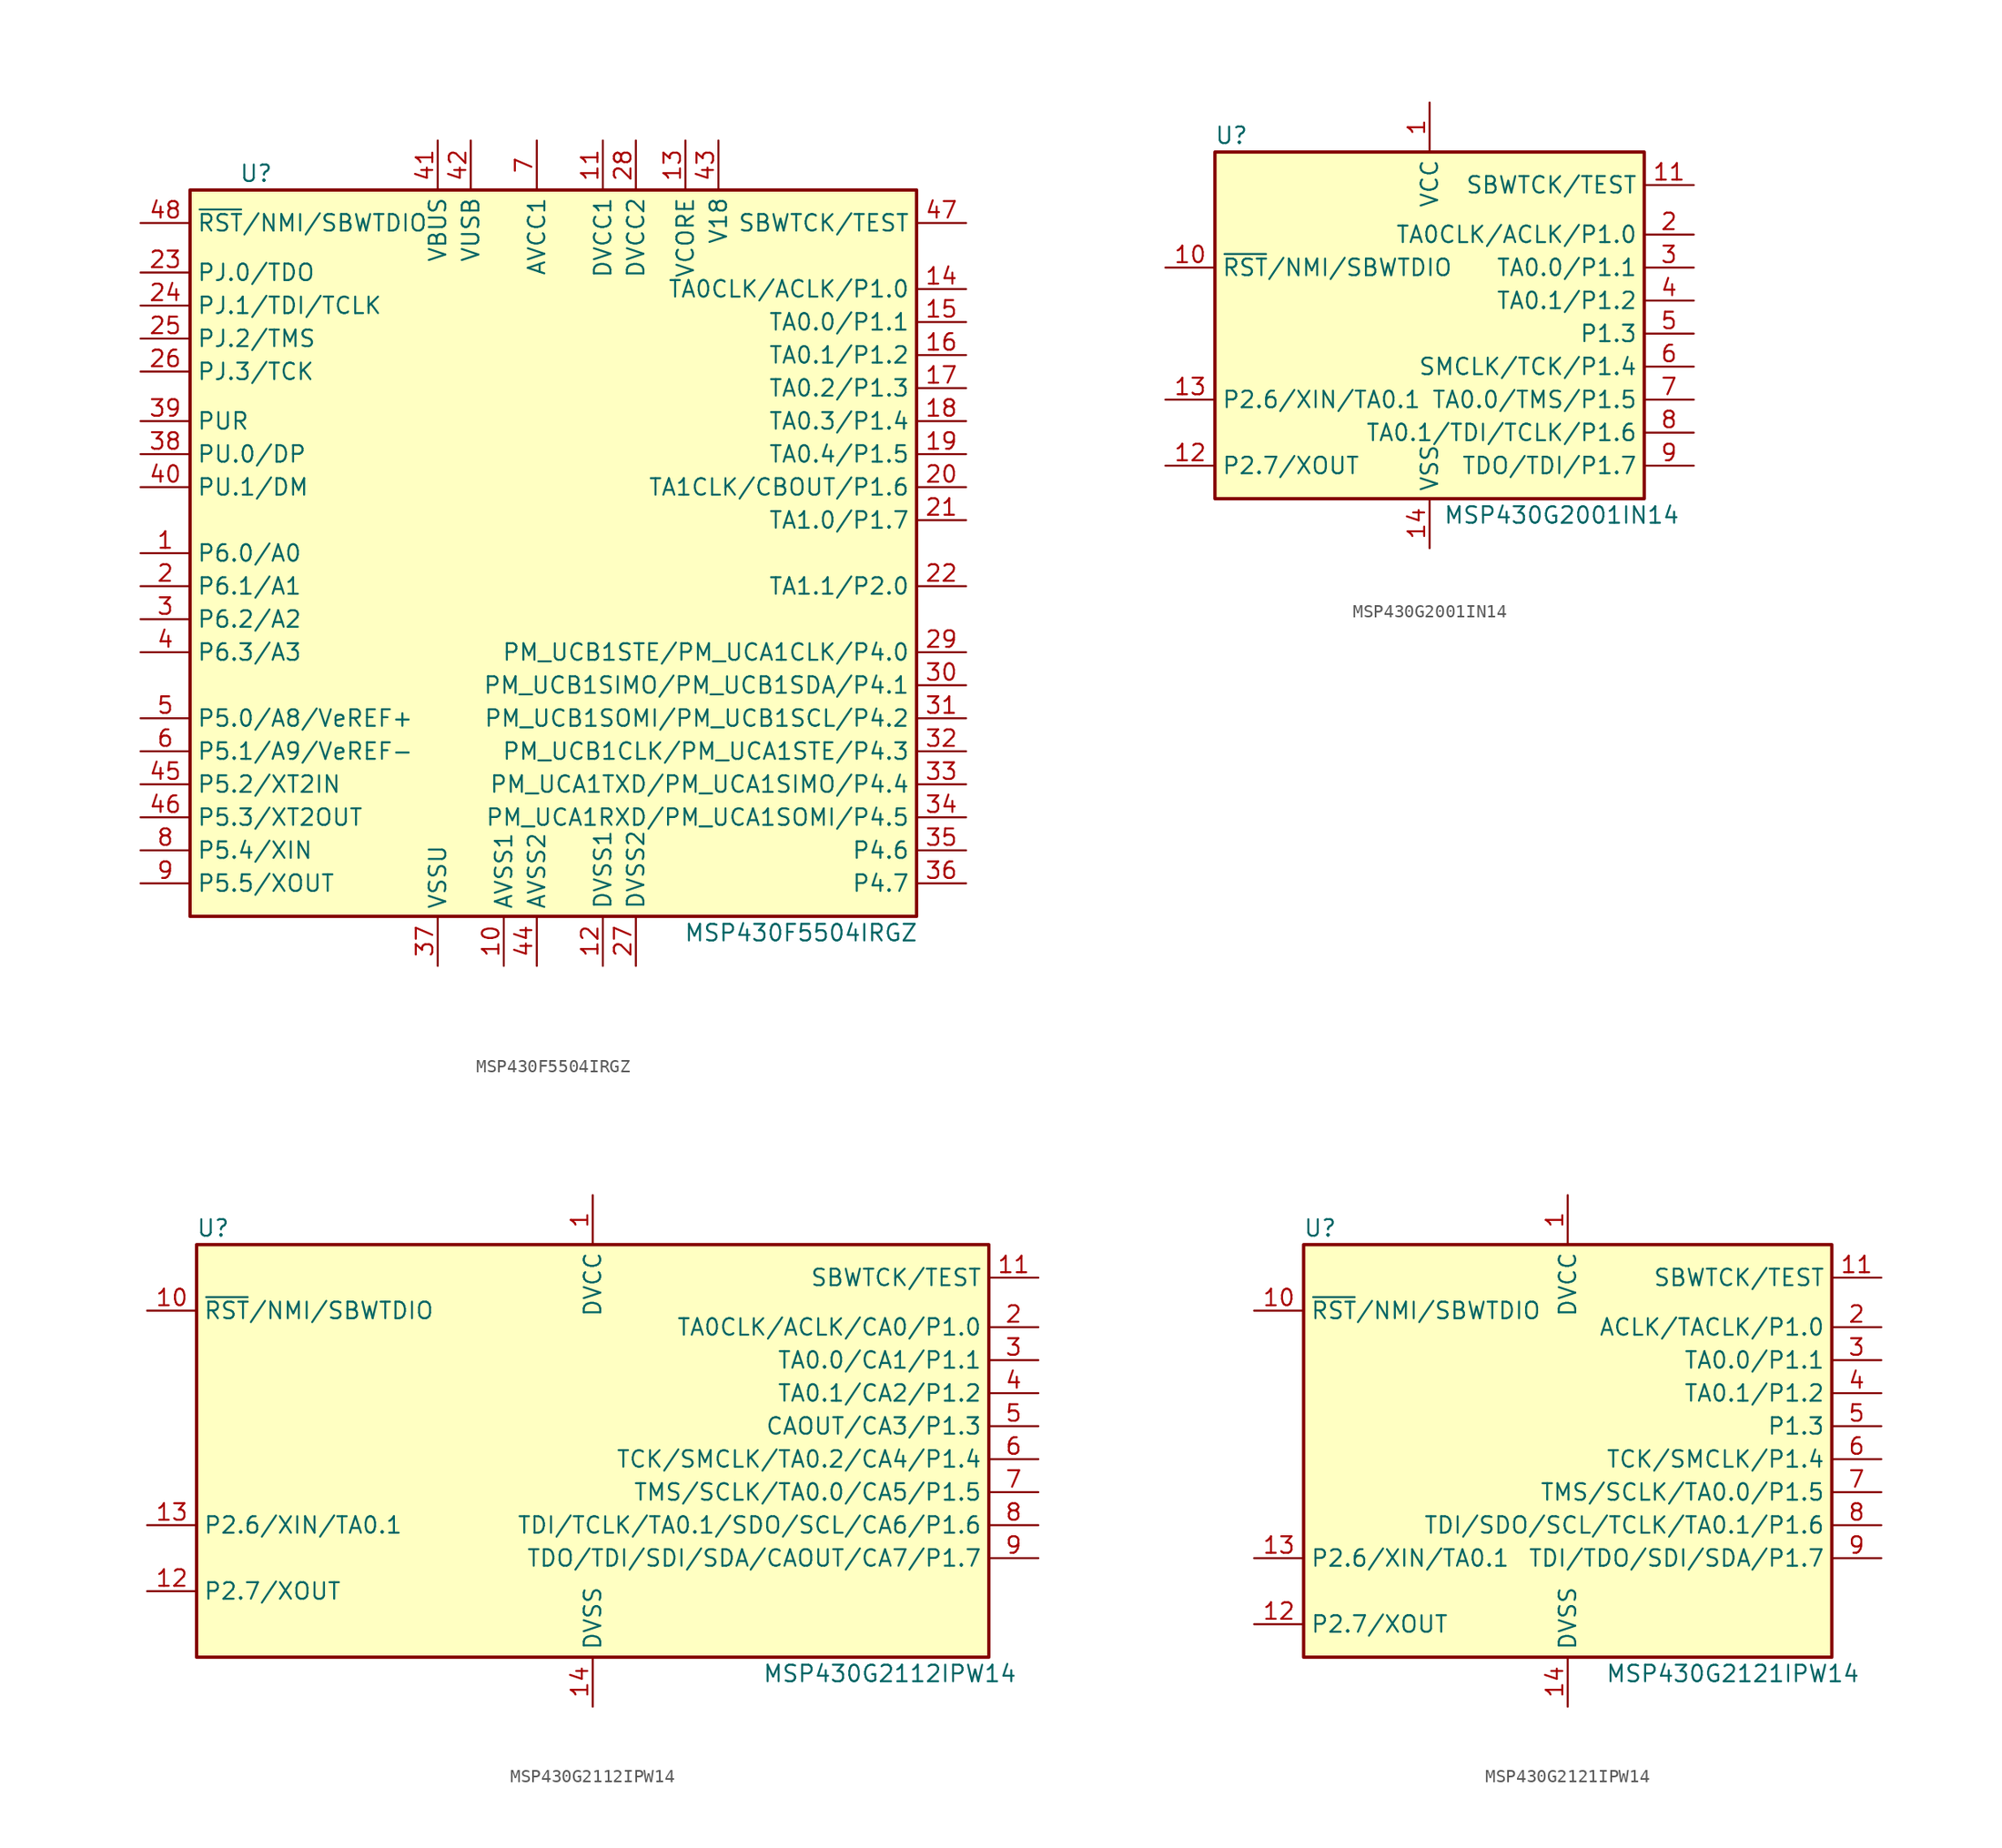
<source format=kicad_sym>
(kicad_symbol_lib
  (version 20231120)
  (generator "kicad_symbol_editor")
  (generator_version "8.0")
  (symbol "MSP430F5504IRGZ"
    (property "Reference" "U"
      (at -21.59 29.21 0)
      (effects (font (size 1.27 1.27))))
    (property "Value" "MSP430F5504IRGZ"
      (at 20.32 -29.21 0)
      (effects (font (size 1.27 1.27))))
    (symbol "MSP430F5504IRGZ_0_1"
      (rectangle (start -26.67 27.94) (end 29.21 -27.94) (stroke (width 0.254) (type default)) (fill (type background))))
    (symbol "MSP430F5504IRGZ_1_1"
      (pin bidirectional line (at -30.48 0 0) (length 3.81) (name "P6.0/A0" (effects (font (size 1.27 1.27)))) (number "1" (effects (font (size 1.27 1.27)))))
      (pin power_in line (at -2.54 -31.75 90) (length 3.81) (name "AVSS1" (effects (font (size 1.27 1.27)))) (number "10" (effects (font (size 1.27 1.27)))))
      (pin power_in line (at 5.08 31.75 270) (length 3.81) (name "DVCC1" (effects (font (size 1.27 1.27)))) (number "11" (effects (font (size 1.27 1.27)))))
      (pin power_in line (at 5.08 -31.75 90) (length 3.81) (name "DVSS1" (effects (font (size 1.27 1.27)))) (number "12" (effects (font (size 1.27 1.27)))))
      (pin passive line (at 11.43 31.75 270) (length 3.81) (name "VCORE" (effects (font (size 1.27 1.27)))) (number "13" (effects (font (size 1.27 1.27)))))
      (pin bidirectional line (at 33.02 20.32 180) (length 3.81) (name "TA0CLK/ACLK/P1.0" (effects (font (size 1.27 1.27)))) (number "14" (effects (font (size 1.27 1.27)))))
      (pin bidirectional line (at 33.02 17.78 180) (length 3.81) (name "TA0.0/P1.1" (effects (font (size 1.27 1.27)))) (number "15" (effects (font (size 1.27 1.27)))))
      (pin bidirectional line (at 33.02 15.24 180) (length 3.81) (name "TA0.1/P1.2" (effects (font (size 1.27 1.27)))) (number "16" (effects (font (size 1.27 1.27)))))
      (pin bidirectional line (at 33.02 12.7 180) (length 3.81) (name "TA0.2/P1.3" (effects (font (size 1.27 1.27)))) (number "17" (effects (font (size 1.27 1.27)))))
      (pin bidirectional line (at 33.02 10.16 180) (length 3.81) (name "TA0.3/P1.4" (effects (font (size 1.27 1.27)))) (number "18" (effects (font (size 1.27 1.27)))))
      (pin bidirectional line (at 33.02 7.62 180) (length 3.81) (name "TA0.4/P1.5" (effects (font (size 1.27 1.27)))) (number "19" (effects (font (size 1.27 1.27)))))
      (pin bidirectional line (at -30.48 -2.54 0) (length 3.81) (name "P6.1/A1" (effects (font (size 1.27 1.27)))) (number "2" (effects (font (size 1.27 1.27)))))
      (pin bidirectional line (at 33.02 5.08 180) (length 3.81) (name "TA1CLK/CBOUT/P1.6" (effects (font (size 1.27 1.27)))) (number "20" (effects (font (size 1.27 1.27)))))
      (pin bidirectional line (at 33.02 2.54 180) (length 3.81) (name "TA1.0/P1.7" (effects (font (size 1.27 1.27)))) (number "21" (effects (font (size 1.27 1.27)))))
      (pin bidirectional line (at 33.02 -2.54 180) (length 3.81) (name "TA1.1/P2.0" (effects (font (size 1.27 1.27)))) (number "22" (effects (font (size 1.27 1.27)))))
      (pin bidirectional line (at -30.48 21.59 0) (length 3.81) (name "PJ.0/TDO" (effects (font (size 1.27 1.27)))) (number "23" (effects (font (size 1.27 1.27)))))
      (pin bidirectional line (at -30.48 19.05 0) (length 3.81) (name "PJ.1/TDI/TCLK" (effects (font (size 1.27 1.27)))) (number "24" (effects (font (size 1.27 1.27)))))
      (pin bidirectional line (at -30.48 16.51 0) (length 3.81) (name "PJ.2/TMS" (effects (font (size 1.27 1.27)))) (number "25" (effects (font (size 1.27 1.27)))))
      (pin bidirectional line (at -30.48 13.97 0) (length 3.81) (name "PJ.3/TCK" (effects (font (size 1.27 1.27)))) (number "26" (effects (font (size 1.27 1.27)))))
      (pin power_in line (at 7.62 -31.75 90) (length 3.81) (name "DVSS2" (effects (font (size 1.27 1.27)))) (number "27" (effects (font (size 1.27 1.27)))))
      (pin power_in line (at 7.62 31.75 270) (length 3.81) (name "DVCC2" (effects (font (size 1.27 1.27)))) (number "28" (effects (font (size 1.27 1.27)))))
      (pin bidirectional line (at 33.02 -7.62 180) (length 3.81) (name "PM_UCB1STE/PM_UCA1CLK/P4.0" (effects (font (size 1.27 1.27)))) (number "29" (effects (font (size 1.27 1.27)))))
      (pin bidirectional line (at -30.48 -5.08 0) (length 3.81) (name "P6.2/A2" (effects (font (size 1.27 1.27)))) (number "3" (effects (font (size 1.27 1.27)))))
      (pin bidirectional line (at 33.02 -10.16 180) (length 3.81) (name "PM_UCB1SIMO/PM_UCB1SDA/P4.1" (effects (font (size 1.27 1.27)))) (number "30" (effects (font (size 1.27 1.27)))))
      (pin bidirectional line (at 33.02 -12.7 180) (length 3.81) (name "PM_UCB1SOMI/PM_UCB1SCL/P4.2" (effects (font (size 1.27 1.27)))) (number "31" (effects (font (size 1.27 1.27)))))
      (pin bidirectional line (at 33.02 -15.24 180) (length 3.81) (name "PM_UCB1CLK/PM_UCA1STE/P4.3" (effects (font (size 1.27 1.27)))) (number "32" (effects (font (size 1.27 1.27)))))
      (pin bidirectional line (at 33.02 -17.78 180) (length 3.81) (name "PM_UCA1TXD/PM_UCA1SIMO/P4.4" (effects (font (size 1.27 1.27)))) (number "33" (effects (font (size 1.27 1.27)))))
      (pin bidirectional line (at 33.02 -20.32 180) (length 3.81) (name "PM_UCA1RXD/PM_UCA1SOMI/P4.5" (effects (font (size 1.27 1.27)))) (number "34" (effects (font (size 1.27 1.27)))))
      (pin bidirectional line (at 33.02 -22.86 180) (length 3.81) (name "P4.6" (effects (font (size 1.27 1.27)))) (number "35" (effects (font (size 1.27 1.27)))))
      (pin bidirectional line (at 33.02 -25.4 180) (length 3.81) (name "P4.7" (effects (font (size 1.27 1.27)))) (number "36" (effects (font (size 1.27 1.27)))))
      (pin power_in line (at -7.62 -31.75 90) (length 3.81) (name "VSSU" (effects (font (size 1.27 1.27)))) (number "37" (effects (font (size 1.27 1.27)))))
      (pin bidirectional line (at -30.48 7.62 0) (length 3.81) (name "PU.0/DP" (effects (font (size 1.27 1.27)))) (number "38" (effects (font (size 1.27 1.27)))))
      (pin bidirectional line (at -30.48 10.16 0) (length 3.81) (name "PUR" (effects (font (size 1.27 1.27)))) (number "39" (effects (font (size 1.27 1.27)))))
      (pin bidirectional line (at -30.48 -7.62 0) (length 3.81) (name "P6.3/A3" (effects (font (size 1.27 1.27)))) (number "4" (effects (font (size 1.27 1.27)))))
      (pin bidirectional line (at -30.48 5.08 0) (length 3.81) (name "PU.1/DM" (effects (font (size 1.27 1.27)))) (number "40" (effects (font (size 1.27 1.27)))))
      (pin power_in line (at -7.62 31.75 270) (length 3.81) (name "VBUS" (effects (font (size 1.27 1.27)))) (number "41" (effects (font (size 1.27 1.27)))))
      (pin power_out line (at -5.08 31.75 270) (length 3.81) (name "VUSB" (effects (font (size 1.27 1.27)))) (number "42" (effects (font (size 1.27 1.27)))))
      (pin passive line (at 13.97 31.75 270) (length 3.81) (name "V18" (effects (font (size 1.27 1.27)))) (number "43" (effects (font (size 1.27 1.27)))))
      (pin power_in line (at 0 -31.75 90) (length 3.81) (name "AVSS2" (effects (font (size 1.27 1.27)))) (number "44" (effects (font (size 1.27 1.27)))))
      (pin bidirectional line (at -30.48 -17.78 0) (length 3.81) (name "P5.2/XT2IN" (effects (font (size 1.27 1.27)))) (number "45" (effects (font (size 1.27 1.27)))))
      (pin bidirectional line (at -30.48 -20.32 0) (length 3.81) (name "P5.3/XT2OUT" (effects (font (size 1.27 1.27)))) (number "46" (effects (font (size 1.27 1.27)))))
      (pin input line (at 33.02 25.4 180) (length 3.81) (name "SBWTCK/TEST" (effects (font (size 1.27 1.27)))) (number "47" (effects (font (size 1.27 1.27)))))
      (pin input line (at -30.48 25.4 0) (length 3.81) (name "~{RST}/NMI/SBWTDIO" (effects (font (size 1.27 1.27)))) (number "48" (effects (font (size 1.27 1.27)))))
      (pin bidirectional line (at -30.48 -12.7 0) (length 3.81) (name "P5.0/A8/VeREF+" (effects (font (size 1.27 1.27)))) (number "5" (effects (font (size 1.27 1.27)))))
      (pin bidirectional line (at -30.48 -15.24 0) (length 3.81) (name "P5.1/A9/VeREF-" (effects (font (size 1.27 1.27)))) (number "6" (effects (font (size 1.27 1.27)))))
      (pin power_in line (at 0 31.75 270) (length 3.81) (name "AVCC1" (effects (font (size 1.27 1.27)))) (number "7" (effects (font (size 1.27 1.27)))))
      (pin bidirectional line (at -30.48 -22.86 0) (length 3.81) (name "P5.4/XIN" (effects (font (size 1.27 1.27)))) (number "8" (effects (font (size 1.27 1.27)))))
      (pin bidirectional line (at -30.48 -25.4 0) (length 3.81) (name "P5.5/XOUT" (effects (font (size 1.27 1.27)))) (number "9" (effects (font (size 1.27 1.27)))))))
  (symbol "MSP430G2001IN14"
    (property "Reference" "U"
      (at -15.24 15.24 0)
      (effects (font (size 1.27 1.27))))
    (property "Value" "MSP430G2001IN14"
      (at 10.16 -13.97 0)
      (effects (font (size 1.27 1.27))))
    (symbol "MSP430G2001IN14_0_1"
      (rectangle (start -16.51 13.97) (end 16.51 -12.7) (stroke (width 0.254) (type default)) (fill (type background))))
    (symbol "MSP430G2001IN14_1_1"
      (pin power_in line (at 0 17.78 270) (length 3.81) (name "VCC" (effects (font (size 1.27 1.27)))) (number "1" (effects (font (size 1.27 1.27)))))
      (pin input line (at -20.32 5.08 0) (length 3.81) (name "~{RST}/NMI/SBWTDIO" (effects (font (size 1.27 1.27)))) (number "10" (effects (font (size 1.27 1.27)))))
      (pin input line (at 20.32 11.43 180) (length 3.81) (name "SBWTCK/TEST" (effects (font (size 1.27 1.27)))) (number "11" (effects (font (size 1.27 1.27)))))
      (pin bidirectional line (at -20.32 -10.16 0) (length 3.81) (name "P2.7/XOUT" (effects (font (size 1.27 1.27)))) (number "12" (effects (font (size 1.27 1.27)))))
      (pin bidirectional line (at -20.32 -5.08 0) (length 3.81) (name "P2.6/XIN/TA0.1" (effects (font (size 1.27 1.27)))) (number "13" (effects (font (size 1.27 1.27)))))
      (pin power_in line (at 0 -16.51 90) (length 3.81) (name "VSS" (effects (font (size 1.27 1.27)))) (number "14" (effects (font (size 1.27 1.27)))))
      (pin bidirectional line (at 20.32 7.62 180) (length 3.81) (name "TA0CLK/ACLK/P1.0" (effects (font (size 1.27 1.27)))) (number "2" (effects (font (size 1.27 1.27)))))
      (pin bidirectional line (at 20.32 5.08 180) (length 3.81) (name "TA0.0/P1.1" (effects (font (size 1.27 1.27)))) (number "3" (effects (font (size 1.27 1.27)))))
      (pin bidirectional line (at 20.32 2.54 180) (length 3.81) (name "TA0.1/P1.2" (effects (font (size 1.27 1.27)))) (number "4" (effects (font (size 1.27 1.27)))))
      (pin bidirectional line (at 20.32 0 180) (length 3.81) (name "P1.3" (effects (font (size 1.27 1.27)))) (number "5" (effects (font (size 1.27 1.27)))))
      (pin bidirectional line (at 20.32 -2.54 180) (length 3.81) (name "SMCLK/TCK/P1.4" (effects (font (size 1.27 1.27)))) (number "6" (effects (font (size 1.27 1.27)))))
      (pin bidirectional line (at 20.32 -5.08 180) (length 3.81) (name "TA0.0/TMS/P1.5" (effects (font (size 1.27 1.27)))) (number "7" (effects (font (size 1.27 1.27)))))
      (pin bidirectional line (at 20.32 -7.62 180) (length 3.81) (name "TA0.1/TDI/TCLK/P1.6" (effects (font (size 1.27 1.27)))) (number "8" (effects (font (size 1.27 1.27)))))
      (pin bidirectional line (at 20.32 -10.16 180) (length 3.81) (name "TDO/TDI/P1.7" (effects (font (size 1.27 1.27)))) (number "9" (effects (font (size 1.27 1.27)))))))
  (symbol "MSP430G2112IPW14"
    (property "Reference" "U"
      (at -29.21 17.78 0)
      (effects (font (size 1.27 1.27))))
    (property "Value" "MSP430G2112IPW14"
      (at 22.86 -16.51 0)
      (effects (font (size 1.27 1.27))))
    (symbol "MSP430G2112IPW14_0_1"
      (rectangle (start -30.48 16.51) (end 30.48 -15.24) (stroke (width 0.254) (type default)) (fill (type background))))
    (symbol "MSP430G2112IPW14_1_1"
      (pin power_in line (at 0 20.32 270) (length 3.81) (name "DVCC" (effects (font (size 1.27 1.27)))) (number "1" (effects (font (size 1.27 1.27)))))
      (pin input line (at -34.29 11.43 0) (length 3.81) (name "~{RST}/NMI/SBWTDIO" (effects (font (size 1.27 1.27)))) (number "10" (effects (font (size 1.27 1.27)))))
      (pin input line (at 34.29 13.97 180) (length 3.81) (name "SBWTCK/TEST" (effects (font (size 1.27 1.27)))) (number "11" (effects (font (size 1.27 1.27)))))
      (pin bidirectional line (at -34.29 -10.16 0) (length 3.81) (name "P2.7/XOUT" (effects (font (size 1.27 1.27)))) (number "12" (effects (font (size 1.27 1.27)))))
      (pin bidirectional line (at -34.29 -5.08 0) (length 3.81) (name "P2.6/XIN/TA0.1" (effects (font (size 1.27 1.27)))) (number "13" (effects (font (size 1.27 1.27)))))
      (pin power_in line (at 0 -19.05 90) (length 3.81) (name "DVSS" (effects (font (size 1.27 1.27)))) (number "14" (effects (font (size 1.27 1.27)))))
      (pin bidirectional line (at 34.29 10.16 180) (length 3.81) (name "TA0CLK/ACLK/CA0/P1.0" (effects (font (size 1.27 1.27)))) (number "2" (effects (font (size 1.27 1.27)))))
      (pin bidirectional line (at 34.29 7.62 180) (length 3.81) (name "TA0.0/CA1/P1.1" (effects (font (size 1.27 1.27)))) (number "3" (effects (font (size 1.27 1.27)))))
      (pin bidirectional line (at 34.29 5.08 180) (length 3.81) (name "TA0.1/CA2/P1.2" (effects (font (size 1.27 1.27)))) (number "4" (effects (font (size 1.27 1.27)))))
      (pin bidirectional line (at 34.29 2.54 180) (length 3.81) (name "CAOUT/CA3/P1.3" (effects (font (size 1.27 1.27)))) (number "5" (effects (font (size 1.27 1.27)))))
      (pin bidirectional line (at 34.29 0 180) (length 3.81) (name "TCK/SMCLK/TA0.2/CA4/P1.4" (effects (font (size 1.27 1.27)))) (number "6" (effects (font (size 1.27 1.27)))))
      (pin bidirectional line (at 34.29 -2.54 180) (length 3.81) (name "TMS/SCLK/TA0.0/CA5/P1.5" (effects (font (size 1.27 1.27)))) (number "7" (effects (font (size 1.27 1.27)))))
      (pin bidirectional line (at 34.29 -5.08 180) (length 3.81) (name "TDI/TCLK/TA0.1/SDO/SCL/CA6/P1.6" (effects (font (size 1.27 1.27)))) (number "8" (effects (font (size 1.27 1.27)))))
      (pin bidirectional line (at 34.29 -7.62 180) (length 3.81) (name "TDO/TDI/SDI/SDA/CAOUT/CA7/P1.7" (effects (font (size 1.27 1.27)))) (number "9" (effects (font (size 1.27 1.27)))))))
  (symbol "MSP430G2121IPW14"
    (property "Reference" "U"
      (at -19.05 17.78 0)
      (effects (font (size 1.27 1.27))))
    (property "Value" "MSP430G2121IPW14"
      (at 12.7 -16.51 0)
      (effects (font (size 1.27 1.27))))
    (symbol "MSP430G2121IPW14_0_1"
      (rectangle (start -20.32 16.51) (end 20.32 -15.24) (stroke (width 0.254) (type default)) (fill (type background))))
    (symbol "MSP430G2121IPW14_1_1"
      (pin power_in line (at 0 20.32 270) (length 3.81) (name "DVCC" (effects (font (size 1.27 1.27)))) (number "1" (effects (font (size 1.27 1.27)))))
      (pin input line (at -24.13 11.43 0) (length 3.81) (name "~{RST}/NMI/SBWTDIO" (effects (font (size 1.27 1.27)))) (number "10" (effects (font (size 1.27 1.27)))))
      (pin input line (at 24.13 13.97 180) (length 3.81) (name "SBWTCK/TEST" (effects (font (size 1.27 1.27)))) (number "11" (effects (font (size 1.27 1.27)))))
      (pin bidirectional line (at -24.13 -12.7 0) (length 3.81) (name "P2.7/XOUT" (effects (font (size 1.27 1.27)))) (number "12" (effects (font (size 1.27 1.27)))))
      (pin bidirectional line (at -24.13 -7.62 0) (length 3.81) (name "P2.6/XIN/TA0.1" (effects (font (size 1.27 1.27)))) (number "13" (effects (font (size 1.27 1.27)))))
      (pin power_in line (at 0 -19.05 90) (length 3.81) (name "DVSS" (effects (font (size 1.27 1.27)))) (number "14" (effects (font (size 1.27 1.27)))))
      (pin bidirectional line (at 24.13 10.16 180) (length 3.81) (name "ACLK/TACLK/P1.0" (effects (font (size 1.27 1.27)))) (number "2" (effects (font (size 1.27 1.27)))))
      (pin bidirectional line (at 24.13 7.62 180) (length 3.81) (name "TA0.0/P1.1" (effects (font (size 1.27 1.27)))) (number "3" (effects (font (size 1.27 1.27)))))
      (pin bidirectional line (at 24.13 5.08 180) (length 3.81) (name "TA0.1/P1.2" (effects (font (size 1.27 1.27)))) (number "4" (effects (font (size 1.27 1.27)))))
      (pin bidirectional line (at 24.13 2.54 180) (length 3.81) (name "P1.3" (effects (font (size 1.27 1.27)))) (number "5" (effects (font (size 1.27 1.27)))))
      (pin bidirectional line (at 24.13 0 180) (length 3.81) (name "TCK/SMCLK/P1.4" (effects (font (size 1.27 1.27)))) (number "6" (effects (font (size 1.27 1.27)))))
      (pin bidirectional line (at 24.13 -2.54 180) (length 3.81) (name "TMS/SCLK/TA0.0/P1.5" (effects (font (size 1.27 1.27)))) (number "7" (effects (font (size 1.27 1.27)))))
      (pin bidirectional line (at 24.13 -5.08 180) (length 3.81) (name "TDI/SDO/SCL/TCLK/TA0.1/P1.6" (effects (font (size 1.27 1.27)))) (number "8" (effects (font (size 1.27 1.27)))))
      (pin bidirectional line (at 24.13 -7.62 180) (length 3.81) (name "TDI/TDO/SDI/SDA/P1.7" (effects (font (size 1.27 1.27)))) (number "9" (effects (font (size 1.27 1.27))))))))
</source>
